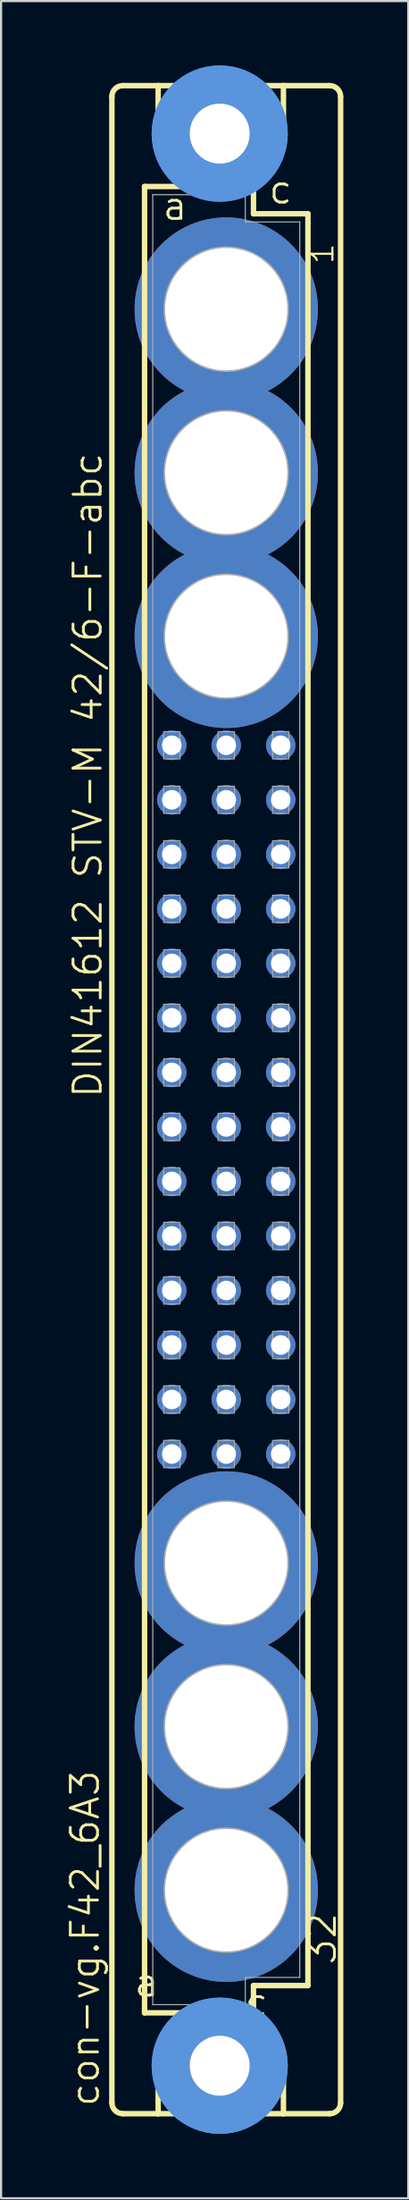
<source format=kicad_pcb>
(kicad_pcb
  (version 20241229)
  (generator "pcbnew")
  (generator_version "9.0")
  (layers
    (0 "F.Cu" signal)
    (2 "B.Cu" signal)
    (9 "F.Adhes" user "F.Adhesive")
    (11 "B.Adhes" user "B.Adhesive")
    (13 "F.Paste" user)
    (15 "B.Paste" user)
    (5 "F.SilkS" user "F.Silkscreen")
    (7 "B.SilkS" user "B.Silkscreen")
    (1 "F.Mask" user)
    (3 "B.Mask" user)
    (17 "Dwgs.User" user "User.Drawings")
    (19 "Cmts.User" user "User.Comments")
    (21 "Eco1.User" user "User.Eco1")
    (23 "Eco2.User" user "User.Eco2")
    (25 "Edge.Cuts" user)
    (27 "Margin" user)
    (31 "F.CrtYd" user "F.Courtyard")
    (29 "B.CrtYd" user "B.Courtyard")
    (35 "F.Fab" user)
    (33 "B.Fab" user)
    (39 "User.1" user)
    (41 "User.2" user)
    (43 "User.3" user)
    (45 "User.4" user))
  (footprint "con-vg.F42_6A3"
    (layer "F.Cu")
    (at 7.502 48.184)
    (property "Reference" "con-vg.F42_6A3" (at -5.842 46.99 90) (layer "F.SilkS") (effects (font (size 1.27 1.27) (thickness 0.13)) (justify left bottom)))
    (attr through_hole)
    (fp_line (start -5.334 46.736) (end -5.334 -46.736) (stroke (width 0.254) (type default)) (layer "F.SilkS"))
    (fp_line (start -4.826 -47.244) (end -3.175 -47.244) (stroke (width 0.254) (type default)) (layer "F.SilkS"))
    (fp_line (start -4.826 47.244) (end -3.175 47.244) (stroke (width 0.254) (type default)) (layer "F.SilkS"))
    (fp_line (start -3.81 -42.545) (end -3.81 42.545) (stroke (width 0.254) (type default)) (layer "F.SilkS"))
    (fp_line (start -3.81 42.545) (end -1.651 42.545) (stroke (width 0.254) (type default)) (layer "F.SilkS"))
    (fp_line (start -3.175 -47.244) (end -3.175 -44.45) (stroke (width 0.254) (type default)) (layer "F.SilkS"))
    (fp_line (start -3.175 47.244) (end -3.175 44.45) (stroke (width 0.254) (type default)) (layer "F.SilkS"))
    (fp_line (start -3.175 47.244) (end 2.667 47.244) (stroke (width 0.254) (type default)) (layer "F.SilkS"))
    (fp_line (start -1.651 -42.545) (end -3.81 -42.545) (stroke (width 0.254) (type default)) (layer "F.SilkS"))
    (fp_line (start -1.651 -42.545) (end -3.175 -44.45) (stroke (width 0.254) (type default)) (layer "F.SilkS"))
    (fp_line (start -1.651 42.545) (end -3.175 44.45) (stroke (width 0.254) (type default)) (layer "F.SilkS"))
    (fp_line (start -1.651 42.545) (end 1.143 42.545) (stroke (width 0.254) (type default)) (layer "F.SilkS"))
    (fp_line (start 1.143 -42.545) (end -1.651 -42.545) (stroke (width 0.254) (type default)) (layer "F.SilkS"))
    (fp_line (start 1.143 -42.545) (end 2.667 -44.45) (stroke (width 0.254) (type default)) (layer "F.SilkS"))
    (fp_line (start 1.143 42.545) (end 1.27 42.545) (stroke (width 0.254) (type default)) (layer "F.SilkS"))
    (fp_line (start 1.143 42.545) (end 2.667 44.45) (stroke (width 0.254) (type default)) (layer "F.SilkS"))
    (fp_line (start 1.27 -42.545) (end 1.143 -42.545) (stroke (width 0.254) (type default)) (layer "F.SilkS"))
    (fp_line (start 1.27 -41.275) (end 1.27 -42.545) (stroke (width 0.254) (type default)) (layer "F.SilkS"))
    (fp_line (start 1.27 41.275) (end 3.81 41.275) (stroke (width 0.254) (type default)) (layer "F.SilkS"))
    (fp_line (start 1.27 42.545) (end 1.27 41.275) (stroke (width 0.254) (type default)) (layer "F.SilkS"))
    (fp_line (start 2.667 -47.244) (end -3.175 -47.244) (stroke (width 0.254) (type default)) (layer "F.SilkS"))
    (fp_line (start 2.667 -47.244) (end 2.667 -44.45) (stroke (width 0.254) (type default)) (layer "F.SilkS"))
    (fp_line (start 2.667 47.244) (end 2.667 44.45) (stroke (width 0.254) (type default)) (layer "F.SilkS"))
    (fp_line (start 2.667 47.244) (end 4.826 47.244) (stroke (width 0.254) (type default)) (layer "F.SilkS"))
    (fp_line (start 3.81 -41.275) (end 1.27 -41.275) (stroke (width 0.254) (type default)) (layer "F.SilkS"))
    (fp_line (start 3.81 41.275) (end 3.81 -41.275) (stroke (width 0.254) (type default)) (layer "F.SilkS"))
    (fp_line (start 4.826 -47.244) (end 2.667 -47.244) (stroke (width 0.254) (type default)) (layer "F.SilkS"))
    (fp_line (start 5.334 46.736) (end 5.334 -46.736) (stroke (width 0.254) (type default)) (layer "F.SilkS"))
    (fp_arc (start -5.334 -46.736) (mid -5.18521 -47.09521) (end -4.826 -47.244) (stroke (width 0.254) (type default)) (layer "F.SilkS"))
    (fp_arc (start -4.826 47.244) (mid -5.18521 47.09521) (end -5.334 46.736) (stroke (width 0.254) (type default)) (layer "F.SilkS"))
    (fp_arc (start 4.826 -47.244) (mid 5.18521 -47.09521) (end 5.334 -46.736) (stroke (width 0.254) (type default)) (layer "F.SilkS"))
    (fp_arc (start 5.334 46.736) (mid 5.18521 47.09521) (end 4.826 47.244) (stroke (width 0.254) (type default)) (layer "F.SilkS"))
    (fp_circle (center -0.305 -45.009) (end 0.965 -45.009) (stroke (width 0.254) (type default)) (fill no) (layer "F.SilkS"))
    (fp_circle (center -0.305 45.009) (end 0.965 45.009) (stroke (width 0.254) (type default)) (fill no) (layer "F.SilkS"))
    (fp_circle (center -0.305 -45.009) (end 1.981 -45.009) (stroke (width 1.778) (type default)) (fill no) (layer "Cmts.User"))
    (fp_circle (center -0.305 -45.009) (end 1.981 -45.009) (stroke (width 1.778) (type default)) (fill no) (layer "Cmts.User"))
    (fp_circle (center -0.305 45.009) (end 1.981 45.009) (stroke (width 1.778) (type default)) (fill no) (layer "Cmts.User"))
    (fp_circle (center -0.305 45.009) (end 1.981 45.009) (stroke (width 1.778) (type default)) (fill no) (layer "Cmts.User"))
    (fp_line (start -3.429 -42.164) (end -3.429 42.164) (stroke (width 0.051) (type default)) (layer "F.Fab"))
    (fp_line (start -3.429 -42.164) (end 0.889 -42.164) (stroke (width 0.051) (type default)) (layer "F.Fab"))
    (fp_line (start -3.429 42.164) (end 0.889 42.164) (stroke (width 0.051) (type default)) (layer "F.Fab"))
    (fp_line (start 0.889 -42.164) (end 0.889 -40.894) (stroke (width 0.051) (type default)) (layer "F.Fab"))
    (fp_line (start 0.889 -40.894) (end 3.429 -40.894) (stroke (width 0.051) (type default)) (layer "F.Fab"))
    (fp_line (start 0.889 40.894) (end 3.429 40.894) (stroke (width 0.051) (type default)) (layer "F.Fab"))
    (fp_line (start 0.889 42.164) (end 0.889 40.894) (stroke (width 0.051) (type default)) (layer "F.Fab"))
    (fp_line (start 3.429 -40.894) (end 3.429 40.894) (stroke (width 0.051) (type default)) (layer "F.Fab"))
    (fp_rect (start -2.921 -15.875) (end -2.159 -17.145) (stroke (width 0.05) (type default)) (fill no) (layer "F.Fab"))
    (fp_rect (start -2.921 -13.335) (end -2.159 -14.605) (stroke (width 0.05) (type default)) (fill no) (layer "F.Fab"))
    (fp_rect (start -2.921 -10.795) (end -2.159 -12.065) (stroke (width 0.05) (type default)) (fill no) (layer "F.Fab"))
    (fp_rect (start -2.921 -8.255) (end -2.159 -9.525) (stroke (width 0.05) (type default)) (fill no) (layer "F.Fab"))
    (fp_rect (start -2.921 -5.715) (end -2.159 -6.985) (stroke (width 0.05) (type default)) (fill no) (layer "F.Fab"))
    (fp_rect (start -2.921 -3.175) (end -2.159 -4.445) (stroke (width 0.05) (type default)) (fill no) (layer "F.Fab"))
    (fp_rect (start -2.921 -0.635) (end -2.159 -1.905) (stroke (width 0.05) (type default)) (fill no) (layer "F.Fab"))
    (fp_rect (start -2.921 1.905) (end -2.159 0.635) (stroke (width 0.05) (type default)) (fill no) (layer "F.Fab"))
    (fp_rect (start -2.921 4.445) (end -2.159 3.175) (stroke (width 0.05) (type default)) (fill no) (layer "F.Fab"))
    (fp_rect (start -2.921 6.985) (end -2.159 5.715) (stroke (width 0.05) (type default)) (fill no) (layer "F.Fab"))
    (fp_rect (start -2.921 9.525) (end -2.159 8.255) (stroke (width 0.05) (type default)) (fill no) (layer "F.Fab"))
    (fp_rect (start -2.921 12.065) (end -2.159 10.795) (stroke (width 0.05) (type default)) (fill no) (layer "F.Fab"))
    (fp_rect (start -2.921 14.605) (end -2.159 13.335) (stroke (width 0.05) (type default)) (fill no) (layer "F.Fab"))
    (fp_rect (start -2.921 17.145) (end -2.159 15.875) (stroke (width 0.05) (type default)) (fill no) (layer "F.Fab"))
    (fp_rect (start -0.381 -15.875) (end 0.381 -17.145) (stroke (width 0.05) (type default)) (fill no) (layer "F.Fab"))
    (fp_rect (start -0.381 -13.335) (end 0.381 -14.605) (stroke (width 0.05) (type default)) (fill no) (layer "F.Fab"))
    (fp_rect (start -0.381 -10.795) (end 0.381 -12.065) (stroke (width 0.05) (type default)) (fill no) (layer "F.Fab"))
    (fp_rect (start -0.381 -8.255) (end 0.381 -9.525) (stroke (width 0.05) (type default)) (fill no) (layer "F.Fab"))
    (fp_rect (start -0.381 -5.715) (end 0.381 -6.985) (stroke (width 0.05) (type default)) (fill no) (layer "F.Fab"))
    (fp_rect (start -0.381 -3.175) (end 0.381 -4.445) (stroke (width 0.05) (type default)) (fill no) (layer "F.Fab"))
    (fp_rect (start -0.381 -0.635) (end 0.381 -1.905) (stroke (width 0.05) (type default)) (fill no) (layer "F.Fab"))
    (fp_rect (start -0.381 1.905) (end 0.381 0.635) (stroke (width 0.05) (type default)) (fill no) (layer "F.Fab"))
    (fp_rect (start -0.381 4.445) (end 0.381 3.175) (stroke (width 0.05) (type default)) (fill no) (layer "F.Fab"))
    (fp_rect (start -0.381 6.985) (end 0.381 5.715) (stroke (width 0.05) (type default)) (fill no) (layer "F.Fab"))
    (fp_rect (start -0.381 9.525) (end 0.381 8.255) (stroke (width 0.05) (type default)) (fill no) (layer "F.Fab"))
    (fp_rect (start -0.381 12.065) (end 0.381 10.795) (stroke (width 0.05) (type default)) (fill no) (layer "F.Fab"))
    (fp_rect (start -0.381 14.605) (end 0.381 13.335) (stroke (width 0.05) (type default)) (fill no) (layer "F.Fab"))
    (fp_rect (start -0.381 17.145) (end 0.381 15.875) (stroke (width 0.05) (type default)) (fill no) (layer "F.Fab"))
    (fp_rect (start 2.159 -15.875) (end 2.921 -17.145) (stroke (width 0.05) (type default)) (fill no) (layer "F.Fab"))
    (fp_rect (start 2.159 -13.335) (end 2.921 -14.605) (stroke (width 0.05) (type default)) (fill no) (layer "F.Fab"))
    (fp_rect (start 2.159 -10.795) (end 2.921 -12.065) (stroke (width 0.05) (type default)) (fill no) (layer "F.Fab"))
    (fp_rect (start 2.159 -8.255) (end 2.921 -9.525) (stroke (width 0.05) (type default)) (fill no) (layer "F.Fab"))
    (fp_rect (start 2.159 -5.715) (end 2.921 -6.985) (stroke (width 0.05) (type default)) (fill no) (layer "F.Fab"))
    (fp_rect (start 2.159 -3.175) (end 2.921 -4.445) (stroke (width 0.05) (type default)) (fill no) (layer "F.Fab"))
    (fp_rect (start 2.159 -0.635) (end 2.921 -1.905) (stroke (width 0.05) (type default)) (fill no) (layer "F.Fab"))
    (fp_rect (start 2.159 1.905) (end 2.921 0.635) (stroke (width 0.05) (type default)) (fill no) (layer "F.Fab"))
    (fp_rect (start 2.159 4.445) (end 2.921 3.175) (stroke (width 0.05) (type default)) (fill no) (layer "F.Fab"))
    (fp_rect (start 2.159 6.985) (end 2.921 5.715) (stroke (width 0.05) (type default)) (fill no) (layer "F.Fab"))
    (fp_rect (start 2.159 9.525) (end 2.921 8.255) (stroke (width 0.05) (type default)) (fill no) (layer "F.Fab"))
    (fp_rect (start 2.159 12.065) (end 2.921 10.795) (stroke (width 0.05) (type default)) (fill no) (layer "F.Fab"))
    (fp_rect (start 2.159 14.605) (end 2.921 13.335) (stroke (width 0.05) (type default)) (fill no) (layer "F.Fab"))
    (fp_rect (start 2.159 17.145) (end 2.921 15.875) (stroke (width 0.05) (type default)) (fill no) (layer "F.Fab"))
    (fp_circle (center 0 -36.83) (end 2.794 -36.83) (stroke (width 0.254) (type default)) (fill no) (layer "F.Fab"))
    (fp_circle (center 0 -29.21) (end 2.794 -29.21) (stroke (width 0.254) (type default)) (fill no) (layer "F.Fab"))
    (fp_circle (center 0 -21.59) (end 2.794 -21.59) (stroke (width 0.254) (type default)) (fill no) (layer "F.Fab"))
    (fp_circle (center 0 21.59) (end 2.794 21.59) (stroke (width 0.254) (type default)) (fill no) (layer "F.Fab"))
    (fp_circle (center 0 29.21) (end 2.794 29.21) (stroke (width 0.254) (type default)) (fill no) (layer "F.Fab"))
    (fp_circle (center 0 36.83) (end 2.794 36.83) (stroke (width 0.254) (type default)) (fill no) (layer "F.Fab"))
    (fp_text user "32" (at 5.207 40.386 90) (layer "F.SilkS") (effects (font (size 1.27 1.27) (thickness 0.13)) (justify left bottom)))
    (fp_text user "1" (at 5.08 -38.862 90) (layer "F.SilkS") (effects (font (size 1.016 1.016) (thickness 0.1)) (justify left bottom)))
    (fp_text user "DIN41612 STV-M 42/6-F-abc" (at -5.715 0 90) (layer "F.SilkS") (effects (font (size 1.27 1.27) (thickness 0.13)) (justify left bottom)))
    (fp_text user "a " (at -4.375 41.883 0) (layer "F.SilkS") (effects (font (size 1.27 1.27) (thickness 0.13)) (justify left bottom)))
    (fp_text user "c " (at 0.778 42.799 0) (layer "F.SilkS") (effects (font (size 1.27 1.27) (thickness 0.13)) (justify left bottom)))
    (fp_text user "c" (at 1.905 -41.656 0) (layer "F.SilkS") (effects (font (size 1.27 1.27) (thickness 0.13)) (justify left bottom)))
    (fp_text user "a" (at -3.048 -40.894 0) (layer "F.SilkS") (effects (font (size 1.27 1.27) (thickness 0.13)) (justify left bottom)))
    (pad "" np_thru_hole circle (at -0.305 -45.009) (size 2.794 2.794) (drill 2.794) (layers "*.Cu" "*.Mask"))
    (pad "" np_thru_hole circle (at -0.305 45.009) (size 2.794 2.794) (drill 2.794) (layers "*.Cu" "*.Mask"))
    (pad "1" thru_hole circle (at 0 -36.83) (size 8.55 8.55) (drill 5.7) (layers "*.Cu" "*.Mask"))
    (pad "2" thru_hole circle (at 0 -29.21) (size 8.55 8.55) (drill 5.7) (layers "*.Cu" "*.Mask"))
    (pad "3" thru_hole circle (at 0 -21.59) (size 8.55 8.55) (drill 5.7) (layers "*.Cu" "*.Mask"))
    (pad "4" thru_hole circle (at 0 21.59) (size 8.55 8.55) (drill 5.7) (layers "*.Cu" "*.Mask"))
    (pad "5" thru_hole circle (at 0 29.21) (size 8.55 8.55) (drill 5.7) (layers "*.Cu" "*.Mask"))
    (pad "6" thru_hole circle (at 0 36.83) (size 8.55 8.55) (drill 5.7) (layers "*.Cu" "*.Mask"))
    (pad "A10" thru_hole circle (at -2.54 -16.51) (size 1.372 1.372) (drill 0.914) (layers "*.Cu" "*.Mask"))
    (pad "A11" thru_hole circle (at -2.54 -13.97) (size 1.372 1.372) (drill 0.914) (layers "*.Cu" "*.Mask"))
    (pad "A12" thru_hole circle (at -2.54 -11.43) (size 1.372 1.372) (drill 0.914) (layers "*.Cu" "*.Mask"))
    (pad "A13" thru_hole circle (at -2.54 -8.89) (size 1.372 1.372) (drill 0.914) (layers "*.Cu" "*.Mask"))
    (pad "A14" thru_hole circle (at -2.54 -6.35) (size 1.372 1.372) (drill 0.914) (layers "*.Cu" "*.Mask"))
    (pad "A15" thru_hole circle (at -2.54 -3.81) (size 1.372 1.372) (drill 0.914) (layers "*.Cu" "*.Mask"))
    (pad "A16" thru_hole circle (at -2.54 -1.27) (size 1.372 1.372) (drill 0.914) (layers "*.Cu" "*.Mask"))
    (pad "A17" thru_hole circle (at -2.54 1.27) (size 1.372 1.372) (drill 0.914) (layers "*.Cu" "*.Mask"))
    (pad "A18" thru_hole circle (at -2.54 3.81) (size 1.372 1.372) (drill 0.914) (layers "*.Cu" "*.Mask"))
    (pad "A19" thru_hole circle (at -2.54 6.35) (size 1.372 1.372) (drill 0.914) (layers "*.Cu" "*.Mask"))
    (pad "A20" thru_hole circle (at -2.54 8.89) (size 1.372 1.372) (drill 0.914) (layers "*.Cu" "*.Mask"))
    (pad "A21" thru_hole circle (at -2.54 11.43) (size 1.372 1.372) (drill 0.914) (layers "*.Cu" "*.Mask"))
    (pad "A22" thru_hole circle (at -2.54 13.97) (size 1.372 1.372) (drill 0.914) (layers "*.Cu" "*.Mask"))
    (pad "A23" thru_hole circle (at -2.54 16.51) (size 1.372 1.372) (drill 0.914) (layers "*.Cu" "*.Mask"))
    (pad "B10" thru_hole circle (at 0 -16.51) (size 1.372 1.372) (drill 0.914) (layers "*.Cu" "*.Mask"))
    (pad "B11" thru_hole circle (at 0 -13.97) (size 1.372 1.372) (drill 0.914) (layers "*.Cu" "*.Mask"))
    (pad "B12" thru_hole circle (at 0 -11.43) (size 1.372 1.372) (drill 0.914) (layers "*.Cu" "*.Mask"))
    (pad "B13" thru_hole circle (at 0 -8.89) (size 1.372 1.372) (drill 0.914) (layers "*.Cu" "*.Mask"))
    (pad "B14" thru_hole circle (at 0 -6.35) (size 1.372 1.372) (drill 0.914) (layers "*.Cu" "*.Mask"))
    (pad "B15" thru_hole circle (at 0 -3.81) (size 1.372 1.372) (drill 0.914) (layers "*.Cu" "*.Mask"))
    (pad "B16" thru_hole circle (at 0 -1.27) (size 1.372 1.372) (drill 0.914) (layers "*.Cu" "*.Mask"))
    (pad "B17" thru_hole circle (at 0 1.27) (size 1.372 1.372) (drill 0.914) (layers "*.Cu" "*.Mask"))
    (pad "B18" thru_hole circle (at 0 3.81) (size 1.372 1.372) (drill 0.914) (layers "*.Cu" "*.Mask"))
    (pad "B19" thru_hole circle (at 0 6.35) (size 1.372 1.372) (drill 0.914) (layers "*.Cu" "*.Mask"))
    (pad "B20" thru_hole circle (at 0 8.89) (size 1.372 1.372) (drill 0.914) (layers "*.Cu" "*.Mask"))
    (pad "B21" thru_hole circle (at 0 11.43) (size 1.372 1.372) (drill 0.914) (layers "*.Cu" "*.Mask"))
    (pad "B22" thru_hole circle (at 0 13.97) (size 1.372 1.372) (drill 0.914) (layers "*.Cu" "*.Mask"))
    (pad "B23" thru_hole circle (at 0 16.51) (size 1.372 1.372) (drill 0.914) (layers "*.Cu" "*.Mask"))
    (pad "C10" thru_hole circle (at 2.54 -16.51) (size 1.372 1.372) (drill 0.914) (layers "*.Cu" "*.Mask"))
    (pad "C11" thru_hole circle (at 2.54 -13.97) (size 1.372 1.372) (drill 0.914) (layers "*.Cu" "*.Mask"))
    (pad "C12" thru_hole circle (at 2.54 -11.43) (size 1.372 1.372) (drill 0.914) (layers "*.Cu" "*.Mask"))
    (pad "C13" thru_hole circle (at 2.54 -8.89) (size 1.372 1.372) (drill 0.914) (layers "*.Cu" "*.Mask"))
    (pad "C14" thru_hole circle (at 2.54 -6.35) (size 1.372 1.372) (drill 0.914) (layers "*.Cu" "*.Mask"))
    (pad "C15" thru_hole circle (at 2.54 -3.81) (size 1.372 1.372) (drill 0.914) (layers "*.Cu" "*.Mask"))
    (pad "C16" thru_hole circle (at 2.54 -1.27) (size 1.372 1.372) (drill 0.914) (layers "*.Cu" "*.Mask"))
    (pad "C17" thru_hole circle (at 2.54 1.27) (size 1.372 1.372) (drill 0.914) (layers "*.Cu" "*.Mask"))
    (pad "C18" thru_hole circle (at 2.54 3.81) (size 1.372 1.372) (drill 0.914) (layers "*.Cu" "*.Mask"))
    (pad "C19" thru_hole circle (at 2.54 6.35) (size 1.372 1.372) (drill 0.914) (layers "*.Cu" "*.Mask"))
    (pad "C20" thru_hole circle (at 2.54 8.89) (size 1.372 1.372) (drill 0.914) (layers "*.Cu" "*.Mask"))
    (pad "C21" thru_hole circle (at 2.54 11.43) (size 1.372 1.372) (drill 0.914) (layers "*.Cu" "*.Mask"))
    (pad "C22" thru_hole circle (at 2.54 13.97) (size 1.372 1.372) (drill 0.914) (layers "*.Cu" "*.Mask"))
    (pad "C23" thru_hole circle (at 2.54 16.51) (size 1.372 1.372) (drill 0.914) (layers "*.Cu" "*.Mask")))
  (gr_rect
    (start -3 -3)
    (end 15.991 99.368)
    (stroke (width 0.1) (type default))
    (fill no)
    (layer "Edge.Cuts")))
</source>
